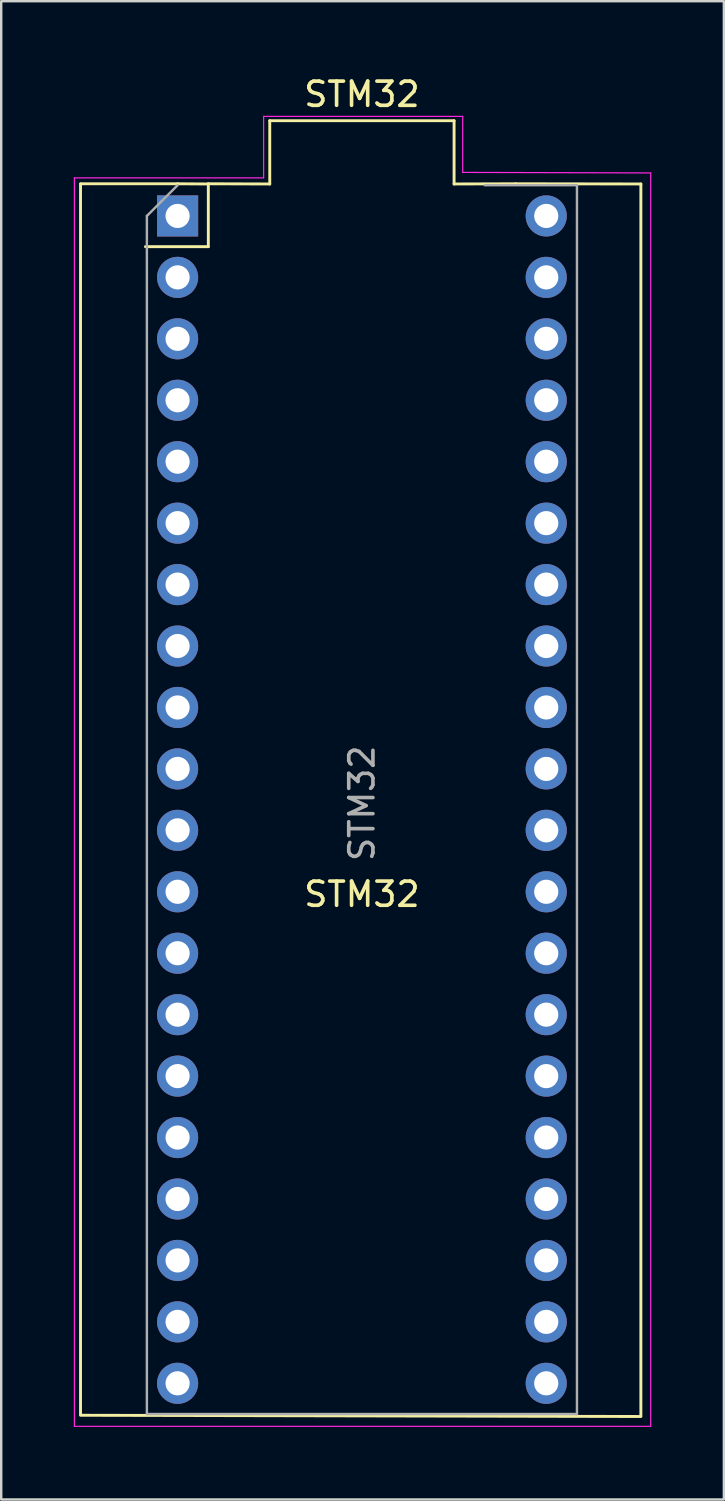
<source format=kicad_pcb>
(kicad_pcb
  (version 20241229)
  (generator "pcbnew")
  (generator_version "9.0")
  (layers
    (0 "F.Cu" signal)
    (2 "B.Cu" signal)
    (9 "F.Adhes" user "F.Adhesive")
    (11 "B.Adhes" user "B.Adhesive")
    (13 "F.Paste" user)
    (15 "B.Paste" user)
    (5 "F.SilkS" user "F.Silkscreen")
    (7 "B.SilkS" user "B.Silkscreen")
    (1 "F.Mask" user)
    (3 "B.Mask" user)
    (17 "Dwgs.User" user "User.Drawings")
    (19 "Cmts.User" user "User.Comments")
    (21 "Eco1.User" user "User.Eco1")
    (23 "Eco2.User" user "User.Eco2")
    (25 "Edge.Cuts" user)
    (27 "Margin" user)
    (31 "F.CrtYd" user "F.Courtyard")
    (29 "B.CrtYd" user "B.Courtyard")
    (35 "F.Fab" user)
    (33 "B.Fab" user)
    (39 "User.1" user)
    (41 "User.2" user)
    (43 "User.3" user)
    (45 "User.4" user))
  (footprint "STM32"
    (layer "F.Cu")
    (at 11.912 2.067)
    (property "Reference" "STM32" (at 0 -1.219 0) (layer "F.SilkS") (effects (font (size 1 1) (thickness 0.15))))
    (attr through_hole)
    (fp_line (start -11.633 2.48) (end -7.62 2.48) (stroke (width 0.12) (type solid)) (layer "F.SilkS"))
    (fp_line (start -11.633 2.489) (end -11.633 53.349) (stroke (width 0.12) (type solid)) (layer "F.SilkS"))
    (fp_line (start -11.633 53.391) (end 11.532 53.442) (stroke (width 0.12) (type solid)) (layer "F.SilkS"))
    (fp_line (start -8.95 5.08) (end -6.35 5.08) (stroke (width 0.12) (type solid)) (layer "F.SilkS"))
    (fp_line (start -6.35 2.489) (end -7.62 2.48) (stroke (width 0.12) (type solid)) (layer "F.SilkS"))
    (fp_line (start -6.35 5.08) (end -6.35 2.48) (stroke (width 0.12) (type solid)) (layer "F.SilkS"))
    (fp_line (start -3.81 -0.127) (end 3.81 -0.127) (stroke (width 0.12) (type solid)) (layer "F.SilkS"))
    (fp_line (start -3.81 2.489) (end -6.35 2.48) (stroke (width 0.12) (type solid)) (layer "F.SilkS"))
    (fp_line (start -3.81 2.489) (end -3.81 -0.127) (stroke (width 0.12) (type solid)) (layer "F.SilkS"))
    (fp_line (start 3.81 -0.127) (end 3.81 2.489) (stroke (width 0.12) (type solid)) (layer "F.SilkS"))
    (fp_line (start 3.81 2.489) (end 6.35 2.48) (stroke (width 0.12) (type solid)) (layer "F.SilkS"))
    (fp_line (start 6.35 2.48) (end 11.532 2.489) (stroke (width 0.12) (type solid)) (layer "F.SilkS"))
    (fp_line (start 11.532 2.489) (end 11.532 53.409) (stroke (width 0.12) (type solid)) (layer "F.SilkS"))
    (fp_line (start -11.887 2.235) (end -11.887 53.848) (stroke (width 0.05) (type solid)) (layer "F.CrtYd"))
    (fp_line (start -11.887 53.848) (end 11.938 53.848) (stroke (width 0.05) (type solid)) (layer "F.CrtYd"))
    (fp_line (start -4.064 -0.305) (end -4.064 2.235) (stroke (width 0.05) (type solid)) (layer "F.CrtYd"))
    (fp_line (start -4.064 2.235) (end -11.887 2.235) (stroke (width 0.05) (type solid)) (layer "F.CrtYd"))
    (fp_line (start 4.166 -0.305) (end -4.064 -0.305) (stroke (width 0.05) (type solid)) (layer "F.CrtYd"))
    (fp_line (start 4.166 2.01) (end 4.166 -0.305) (stroke (width 0.05) (type solid)) (layer "F.CrtYd"))
    (fp_line (start 11.938 2.032) (end 4.166 2.01) (stroke (width 0.05) (type solid)) (layer "F.CrtYd"))
    (fp_line (start 11.938 53.848) (end 11.938 2.032) (stroke (width 0.05) (type solid)) (layer "F.CrtYd"))
    (fp_line (start -8.89 3.81) (end -7.62 2.54) (stroke (width 0.1) (type solid)) (layer "F.Fab"))
    (fp_line (start -8.89 53.34) (end -8.89 3.81) (stroke (width 0.1) (type solid)) (layer "F.Fab"))
    (fp_line (start 5.08 2.54) (end 8.89 2.54) (stroke (width 0.1) (type solid)) (layer "F.Fab"))
    (fp_line (start 8.89 2.54) (end 8.89 53.34) (stroke (width 0.1) (type solid)) (layer "F.Fab"))
    (fp_line (start 8.89 53.34) (end -8.89 53.34) (stroke (width 0.1) (type solid)) (layer "F.Fab"))
    (fp_text user "STM32" (at 0 31.852 0) (layer "F.SilkS") (effects (font (size 1 1) (thickness 0.15))))
    (fp_text user "${REFERENCE}" (at 0 28.092 90) (layer "F.Fab") (effects (font (size 1 1) (thickness 0.15))))
    (pad "1" thru_hole rect (at -7.62 3.81) (size 1.7 1.7) (drill 1) (layers "*.Cu" "*.Mask"))
    (pad "2" thru_hole oval (at 7.62 3.81) (size 1.7 1.7) (drill 1) (layers "*.Cu" "*.Mask"))
    (pad "3" thru_hole oval (at -7.62 6.35) (size 1.7 1.7) (drill 1) (layers "*.Cu" "*.Mask"))
    (pad "4" thru_hole oval (at 7.62 6.35) (size 1.7 1.7) (drill 1) (layers "*.Cu" "*.Mask"))
    (pad "5" thru_hole oval (at -7.62 8.89) (size 1.7 1.7) (drill 1) (layers "*.Cu" "*.Mask"))
    (pad "6" thru_hole oval (at 7.62 8.89) (size 1.7 1.7) (drill 1) (layers "*.Cu" "*.Mask"))
    (pad "7" thru_hole oval (at -7.62 11.43) (size 1.7 1.7) (drill 1) (layers "*.Cu" "*.Mask"))
    (pad "8" thru_hole oval (at 7.62 11.43) (size 1.7 1.7) (drill 1) (layers "*.Cu" "*.Mask"))
    (pad "9" thru_hole oval (at -7.62 13.97) (size 1.7 1.7) (drill 1) (layers "*.Cu" "*.Mask"))
    (pad "10" thru_hole oval (at 7.62 13.97) (size 1.7 1.7) (drill 1) (layers "*.Cu" "*.Mask"))
    (pad "11" thru_hole oval (at -7.62 16.51) (size 1.7 1.7) (drill 1) (layers "*.Cu" "*.Mask"))
    (pad "12" thru_hole oval (at 7.62 16.51) (size 1.7 1.7) (drill 1) (layers "*.Cu" "*.Mask"))
    (pad "13" thru_hole oval (at -7.62 19.05) (size 1.7 1.7) (drill 1) (layers "*.Cu" "*.Mask"))
    (pad "14" thru_hole oval (at 7.62 19.05) (size 1.7 1.7) (drill 1) (layers "*.Cu" "*.Mask"))
    (pad "15" thru_hole oval (at -7.62 21.59) (size 1.7 1.7) (drill 1) (layers "*.Cu" "*.Mask"))
    (pad "16" thru_hole oval (at 7.62 21.59) (size 1.7 1.7) (drill 1) (layers "*.Cu" "*.Mask"))
    (pad "17" thru_hole oval (at -7.62 24.13) (size 1.7 1.7) (drill 1) (layers "*.Cu" "*.Mask"))
    (pad "18" thru_hole oval (at 7.62 24.13) (size 1.7 1.7) (drill 1) (layers "*.Cu" "*.Mask"))
    (pad "19" thru_hole oval (at -7.62 26.67) (size 1.7 1.7) (drill 1) (layers "*.Cu" "*.Mask"))
    (pad "20" thru_hole oval (at 7.62 26.67) (size 1.7 1.7) (drill 1) (layers "*.Cu" "*.Mask"))
    (pad "21" thru_hole oval (at -7.62 29.21) (size 1.7 1.7) (drill 1) (layers "*.Cu" "*.Mask"))
    (pad "22" thru_hole oval (at 7.62 29.21) (size 1.7 1.7) (drill 1) (layers "*.Cu" "*.Mask"))
    (pad "23" thru_hole oval (at -7.62 31.75) (size 1.7 1.7) (drill 1) (layers "*.Cu" "*.Mask"))
    (pad "24" thru_hole oval (at 7.62 31.75) (size 1.7 1.7) (drill 1) (layers "*.Cu" "*.Mask"))
    (pad "25" thru_hole oval (at -7.62 34.29) (size 1.7 1.7) (drill 1) (layers "*.Cu" "*.Mask"))
    (pad "26" thru_hole oval (at 7.62 34.29) (size 1.7 1.7) (drill 1) (layers "*.Cu" "*.Mask"))
    (pad "27" thru_hole oval (at -7.62 36.83) (size 1.7 1.7) (drill 1) (layers "*.Cu" "*.Mask"))
    (pad "28" thru_hole oval (at 7.62 36.83) (size 1.7 1.7) (drill 1) (layers "*.Cu" "*.Mask"))
    (pad "29" thru_hole oval (at -7.62 39.37) (size 1.7 1.7) (drill 1) (layers "*.Cu" "*.Mask"))
    (pad "30" thru_hole oval (at 7.62 39.37) (size 1.7 1.7) (drill 1) (layers "*.Cu" "*.Mask"))
    (pad "31" thru_hole oval (at -7.62 41.91) (size 1.7 1.7) (drill 1) (layers "*.Cu" "*.Mask"))
    (pad "32" thru_hole oval (at 7.62 41.91) (size 1.7 1.7) (drill 1) (layers "*.Cu" "*.Mask"))
    (pad "33" thru_hole oval (at -7.62 44.45) (size 1.7 1.7) (drill 1) (layers "*.Cu" "*.Mask"))
    (pad "34" thru_hole oval (at 7.62 44.45) (size 1.7 1.7) (drill 1) (layers "*.Cu" "*.Mask"))
    (pad "35" thru_hole oval (at -7.62 46.99) (size 1.7 1.7) (drill 1) (layers "*.Cu" "*.Mask"))
    (pad "36" thru_hole oval (at 7.62 46.99) (size 1.7 1.7) (drill 1) (layers "*.Cu" "*.Mask"))
    (pad "37" thru_hole oval (at -7.62 49.53) (size 1.7 1.7) (drill 1) (layers "*.Cu" "*.Mask"))
    (pad "38" thru_hole oval (at 7.62 49.53) (size 1.7 1.7) (drill 1) (layers "*.Cu" "*.Mask"))
    (pad "39" thru_hole oval (at -7.62 52.07) (size 1.7 1.7) (drill 1) (layers "*.Cu" "*.Mask"))
    (pad "40" thru_hole oval (at 7.62 52.07) (size 1.7 1.7) (drill 1) (layers "*.Cu" "*.Mask")))
  (gr_rect
    (start -3 -3)
    (end 26.875 58.94)
    (stroke (width 0.1) (type default))
    (fill no)
    (layer "Edge.Cuts")))
</source>
